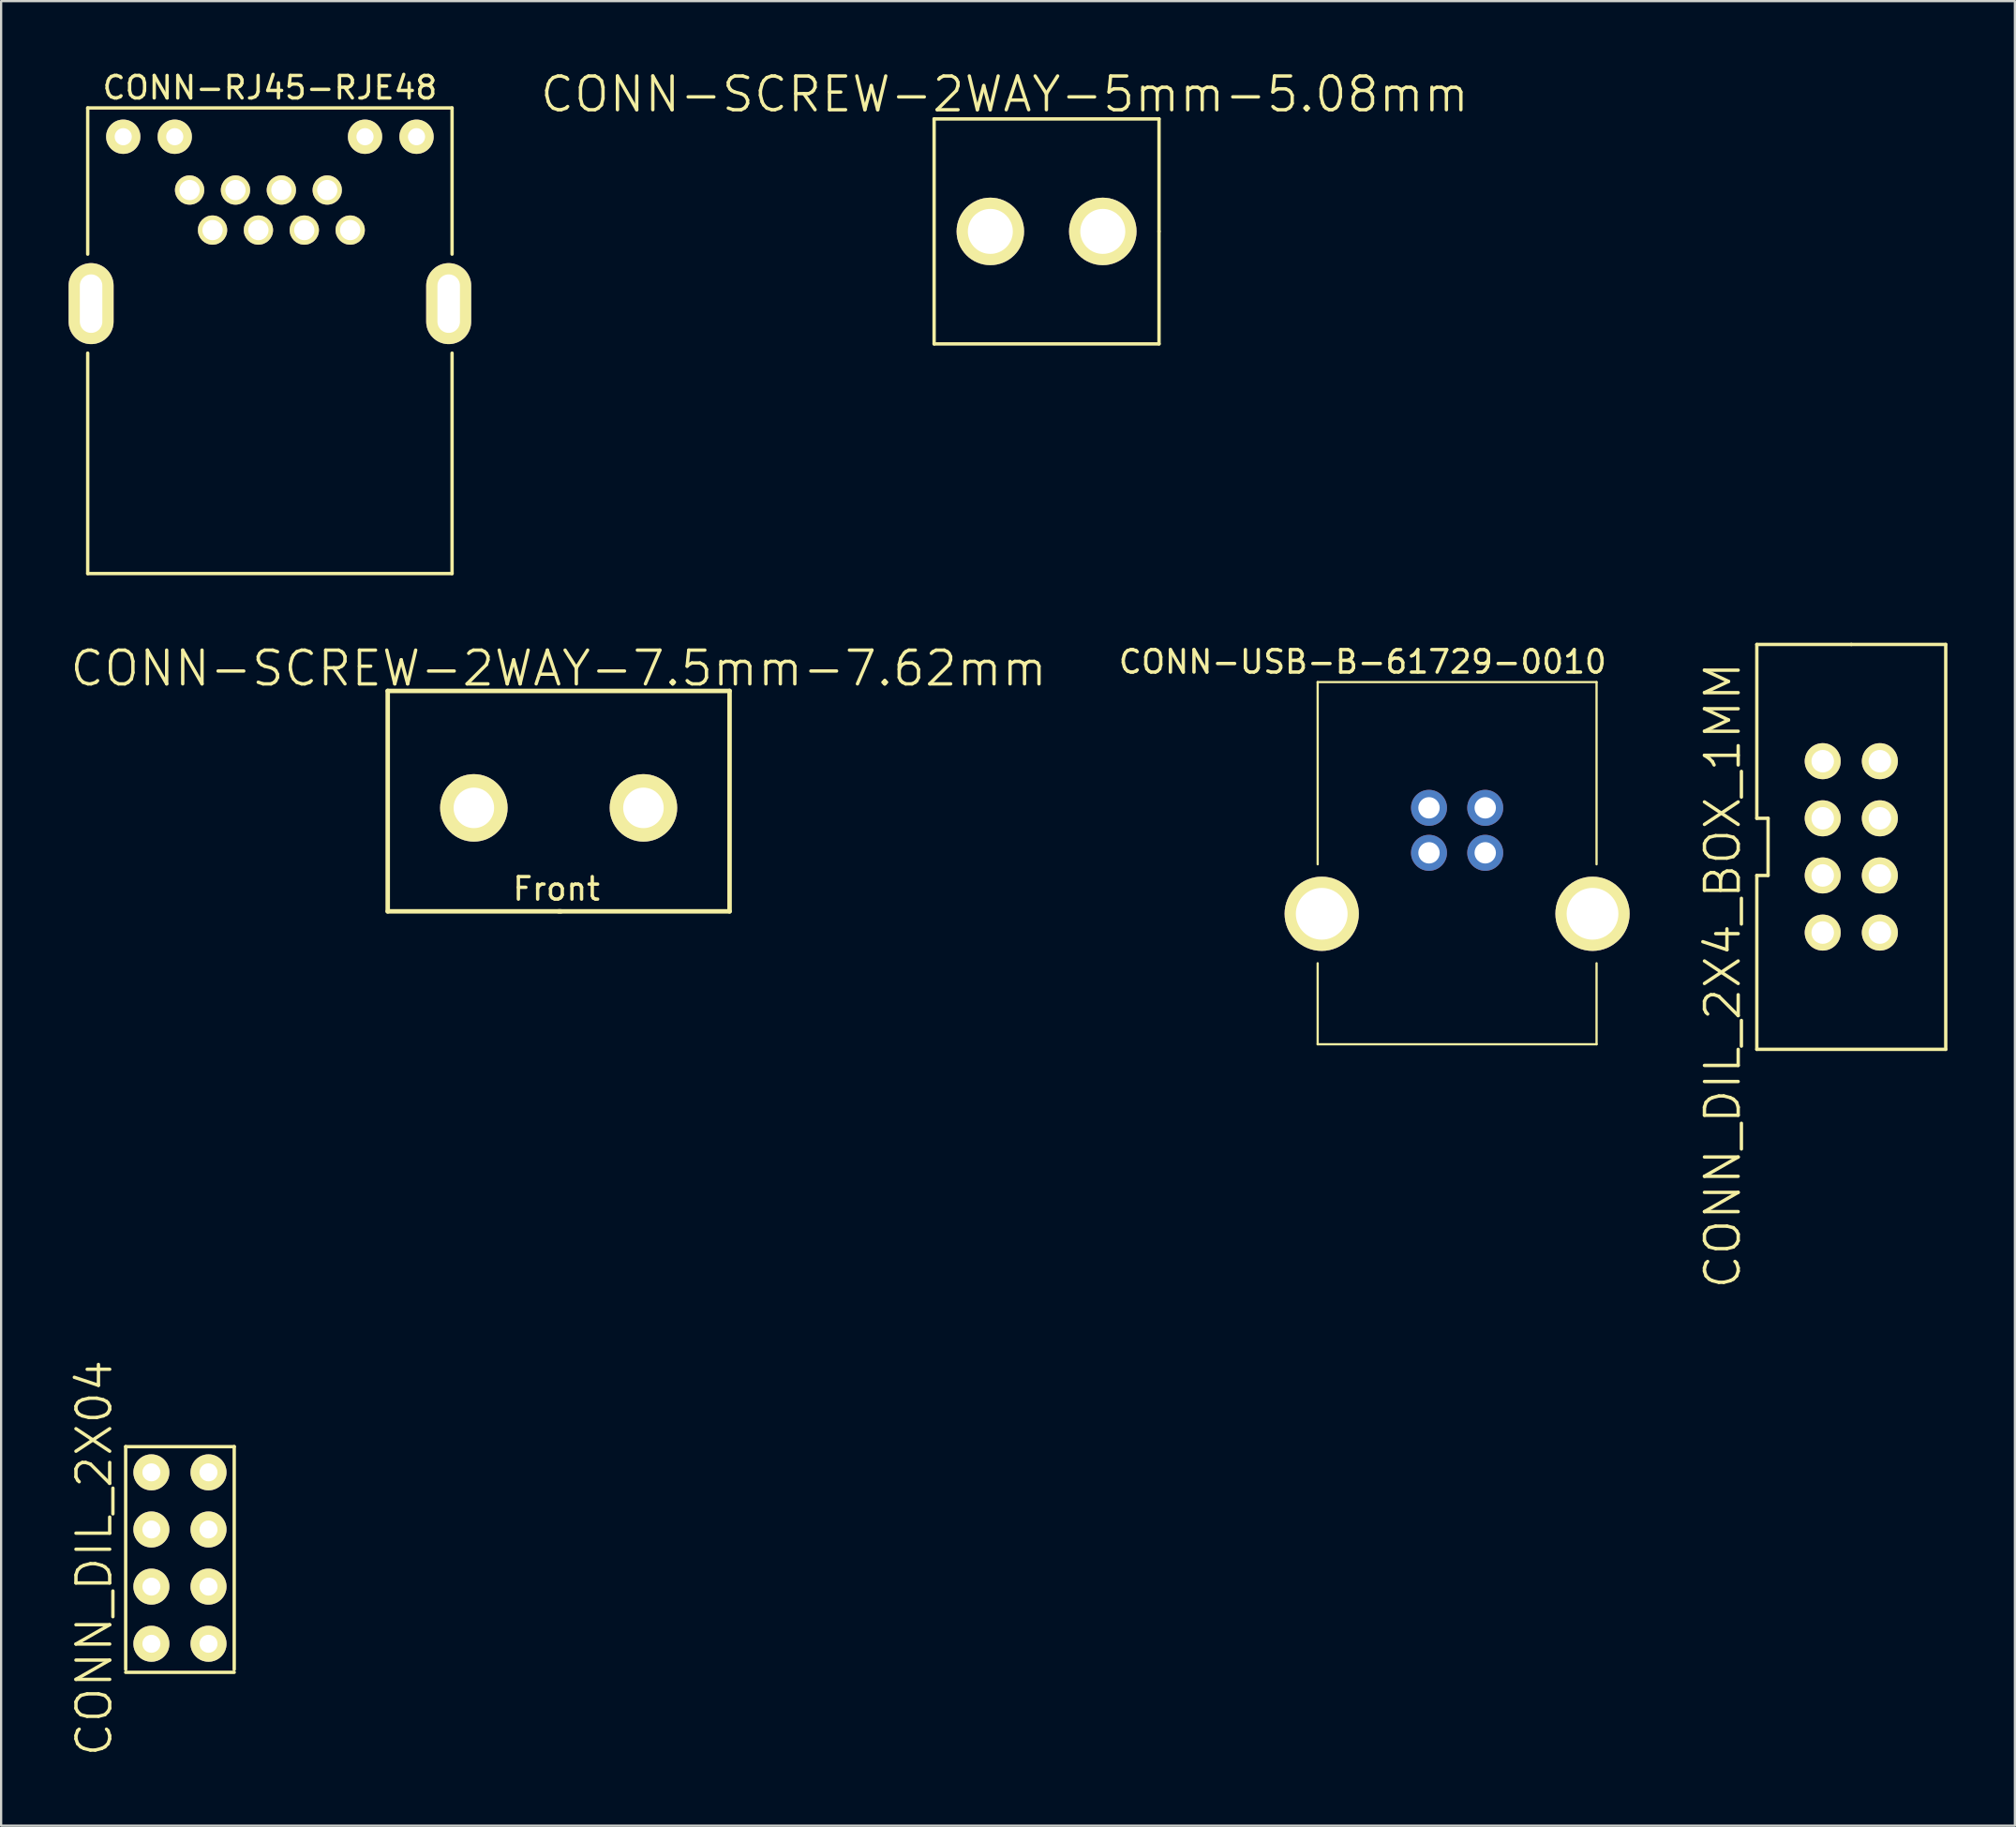
<source format=kicad_pcb>
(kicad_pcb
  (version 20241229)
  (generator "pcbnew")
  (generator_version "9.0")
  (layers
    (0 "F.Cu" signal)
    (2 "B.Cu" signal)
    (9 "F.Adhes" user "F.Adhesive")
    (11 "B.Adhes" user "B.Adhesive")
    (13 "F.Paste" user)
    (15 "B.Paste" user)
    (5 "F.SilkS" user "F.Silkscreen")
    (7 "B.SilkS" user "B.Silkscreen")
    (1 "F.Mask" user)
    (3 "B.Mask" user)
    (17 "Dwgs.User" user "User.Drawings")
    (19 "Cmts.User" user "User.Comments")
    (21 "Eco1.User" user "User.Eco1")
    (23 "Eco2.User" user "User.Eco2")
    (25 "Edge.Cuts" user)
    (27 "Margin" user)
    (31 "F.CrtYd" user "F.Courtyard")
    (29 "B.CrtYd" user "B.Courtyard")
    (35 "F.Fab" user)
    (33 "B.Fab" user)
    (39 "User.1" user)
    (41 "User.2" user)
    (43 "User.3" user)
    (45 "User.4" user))
  (footprint "CONN-RJ45-RJE48"
    (layer "F.Cu")
    (at 8.95 10.448)
    (property "Reference" "CONN-RJ45-RJE48" (at 0 -9.6 0) (layer "F.SilkS") (effects (font (size 1 1) (thickness 0.15))))
    (attr through_hole)
    (fp_line (start -8.1 -8.7) (end -8.1 -2.2) (stroke (width 0.15) (type solid)) (layer "F.SilkS"))
    (fp_line (start -8.1 12) (end -8.1 2.2) (stroke (width 0.15) (type solid)) (layer "F.SilkS"))
    (fp_line (start 8.1 -8.7) (end -8.1 -8.7) (stroke (width 0.15) (type solid)) (layer "F.SilkS"))
    (fp_line (start 8.1 -2.2) (end 8.1 -8.7) (stroke (width 0.15) (type solid)) (layer "F.SilkS"))
    (fp_line (start 8.1 2.2) (end 8.1 12) (stroke (width 0.15) (type solid)) (layer "F.SilkS"))
    (fp_line (start 8.1 12) (end -8.1 12) (stroke (width 0.15) (type solid)) (layer "F.SilkS"))
    (pad "1" thru_hole circle (at 3.57 -3.27) (size 1.3 1.3) (drill 0.9) (layers "*.Cu" "*.Mask" "F.SilkS"))
    (pad "2" thru_hole circle (at 2.55 -5.05) (size 1.3 1.3) (drill 0.9) (layers "*.Cu" "*.Mask" "F.SilkS"))
    (pad "3" thru_hole circle (at 1.53 -3.27) (size 1.3 1.3) (drill 0.9) (layers "*.Cu" "*.Mask" "F.SilkS"))
    (pad "4" thru_hole circle (at 0.51 -5.05) (size 1.3 1.3) (drill 0.9) (layers "*.Cu" "*.Mask" "F.SilkS"))
    (pad "5" thru_hole circle (at -0.51 -3.27) (size 1.3 1.3) (drill 0.9) (layers "*.Cu" "*.Mask" "F.SilkS"))
    (pad "6" thru_hole circle (at -1.53 -5.05) (size 1.3 1.3) (drill 0.9) (layers "*.Cu" "*.Mask" "F.SilkS"))
    (pad "7" thru_hole circle (at -2.55 -3.27) (size 1.3 1.3) (drill 0.9) (layers "*.Cu" "*.Mask" "F.SilkS"))
    (pad "8" thru_hole circle (at -3.57 -5.05) (size 1.3 1.3) (drill 0.9) (layers "*.Cu" "*.Mask" "F.SilkS"))
    (pad "9" thru_hole circle (at 6.52 -7.42) (size 1.524 1.524) (drill 0.762) (layers "*.Cu" "*.Mask" "F.SilkS"))
    (pad "10" thru_hole circle (at 4.23 -7.42) (size 1.524 1.524) (drill 0.762) (layers "*.Cu" "*.Mask" "F.SilkS"))
    (pad "11" thru_hole circle (at -4.23 -7.42) (size 1.524 1.524) (drill 0.762) (layers "*.Cu" "*.Mask" "F.SilkS"))
    (pad "12" thru_hole circle (at -6.52 -7.42) (size 1.524 1.524) (drill 0.762) (layers "*.Cu" "*.Mask" "F.SilkS"))
    (pad "13" thru_hole oval (at -7.95 0) (size 2 3.6) (drill oval 1 2.6) (layers "*.Cu" "*.Mask" "F.SilkS"))
    (pad "13" thru_hole oval (at 7.95 0) (size 2 3.6) (drill oval 1 2.6) (layers "*.Cu" "*.Mask" "F.SilkS")))
  (footprint "CONN-SCREW-2WAY-7.5mm-7.62mm"
    (layer "F.Cu")
    (at 21.789 32.864)
    (property "Reference" "CONN-SCREW-2WAY-7.5mm-7.62mm" (at 0 -6.2 0) (layer "F.SilkS") (effects (font (size 1.5 1.5) (thickness 0.15))))
    (attr through_hole)
    (fp_line (start -7.6 -5.2) (end -7.6 4.6) (stroke (width 0.2) (type solid)) (layer "F.SilkS"))
    (fp_line (start -7.6 4.6) (end 0.1 4.6) (stroke (width 0.2) (type solid)) (layer "F.SilkS"))
    (fp_line (start 0 4.6) (end 7.6 4.6) (stroke (width 0.2) (type solid)) (layer "F.SilkS"))
    (fp_line (start 7.6 -5.2) (end -7.6 -5.2) (stroke (width 0.2) (type solid)) (layer "F.SilkS"))
    (fp_line (start 7.6 4.6) (end 7.6 -5.2) (stroke (width 0.2) (type solid)) (layer "F.SilkS"))
    (fp_text user "Front" (at -0.1 3.6 0) (layer "F.SilkS") (effects (font (size 1 1) (thickness 0.15))))
    (pad "1" thru_hole circle (at -3.77 0) (size 3 3) (drill 1.8) (layers "*.Cu" "*.Mask" "F.SilkS"))
    (pad "2" thru_hole circle (at 3.77 0) (size 3 3) (drill 1.8) (layers "*.Cu" "*.Mask" "F.SilkS")))
  (footprint "CONN_DIL_2X4_BOX_1MM"
    (layer "F.Cu")
    (at 79.263 34.598)
    (property "Reference" "CONN_DIL_2X4_BOX_1MM" (at -5.715 5.715 90) (layer "F.SilkS") (effects (font (size 1.5 1.5) (thickness 0.15))))
    (attr through_hole)
    (fp_line (start -4.2 -9) (end -4.2 -1.27) (stroke (width 0.15) (type solid)) (layer "F.SilkS"))
    (fp_line (start -4.2 -1.27) (end -3.7 -1.27) (stroke (width 0.15) (type solid)) (layer "F.SilkS"))
    (fp_line (start -4.2 1.27) (end -4.2 9) (stroke (width 0.15) (type solid)) (layer "F.SilkS"))
    (fp_line (start -4.2 9) (end 4.2 9) (stroke (width 0.15) (type solid)) (layer "F.SilkS"))
    (fp_line (start -3.7 -1.27) (end -3.7 1.27) (stroke (width 0.15) (type solid)) (layer "F.SilkS"))
    (fp_line (start -3.7 1.27) (end -4.2 1.27) (stroke (width 0.15) (type solid)) (layer "F.SilkS"))
    (fp_line (start 0 -9) (end -4.2 -9) (stroke (width 0.15) (type solid)) (layer "F.SilkS"))
    (fp_line (start 4.2 -9) (end 0 -9) (stroke (width 0.15) (type solid)) (layer "F.SilkS"))
    (fp_line (start 4.2 -9) (end 4.2 9) (stroke (width 0.15) (type solid)) (layer "F.SilkS"))
    (pad "1" thru_hole circle (at -1.27 -3.81) (size 1.6 1.6) (drill 1) (layers "*.Cu" "*.Mask" "F.SilkS"))
    (pad "2" thru_hole circle (at 1.27 -3.81) (size 1.6 1.6) (drill 1) (layers "*.Cu" "*.Mask" "F.SilkS"))
    (pad "3" thru_hole circle (at -1.27 -1.27) (size 1.6 1.6) (drill 1) (layers "*.Cu" "*.Mask" "F.SilkS"))
    (pad "4" thru_hole circle (at 1.27 -1.27) (size 1.6 1.6) (drill 1) (layers "*.Cu" "*.Mask" "F.SilkS"))
    (pad "5" thru_hole circle (at -1.27 1.27) (size 1.6 1.6) (drill 1) (layers "*.Cu" "*.Mask" "F.SilkS"))
    (pad "6" thru_hole circle (at 1.27 1.27) (size 1.6 1.6) (drill 1) (layers "*.Cu" "*.Mask" "F.SilkS"))
    (pad "7" thru_hole circle (at -1.27 3.81) (size 1.6 1.6) (drill 1) (layers "*.Cu" "*.Mask" "F.SilkS"))
    (pad "8" thru_hole circle (at 1.27 3.81) (size 1.6 1.6) (drill 1) (layers "*.Cu" "*.Mask" "F.SilkS")))
  (footprint "CONN-USB-B-61729-0010"
    (layer "F.Cu")
    (at 61.737 37.572)
    (property "Reference" "CONN-USB-B-61729-0010" (at -4.2 -11.2 0) (layer "F.SilkS") (effects (font (size 1 1) (thickness 0.15))))
    (attr through_hole)
    (fp_line (start -6.2 -10.3) (end -6.2 -2.2) (stroke (width 0.1) (type solid)) (layer "F.SilkS"))
    (fp_line (start -6.2 2.2) (end -6.2 5.8) (stroke (width 0.1) (type solid)) (layer "F.SilkS"))
    (fp_line (start -6.2 5.8) (end 6.2 5.8) (stroke (width 0.1) (type solid)) (layer "F.SilkS"))
    (fp_line (start 6.2 -10.3) (end -6.2 -10.3) (stroke (width 0.1) (type solid)) (layer "F.SilkS"))
    (fp_line (start 6.2 -2.2) (end 6.2 -10.3) (stroke (width 0.1) (type solid)) (layer "F.SilkS"))
    (fp_line (start 6.2 5.8) (end 6.2 2.2) (stroke (width 0.1) (type solid)) (layer "F.SilkS"))
    (pad "1" thru_hole circle (at 1.25 -4.71) (size 1.6 1.6) (drill 0.95) (layers "*.Cu" "*.Mask"))
    (pad "2" thru_hole circle (at -1.25 -4.71) (size 1.6 1.6) (drill 0.95) (layers "*.Cu" "*.Mask"))
    (pad "3" thru_hole circle (at -1.25 -2.71) (size 1.6 1.6) (drill 0.95) (layers "*.Cu" "*.Mask"))
    (pad "4" thru_hole circle (at 1.25 -2.71) (size 1.6 1.6) (drill 0.95) (layers "*.Cu" "*.Mask"))
    (pad "5" thru_hole circle (at -6.02 0) (size 3.3 3.3) (drill 2.3) (layers "*.Cu" "*.Mask" "F.SilkS"))
    (pad "5" thru_hole circle (at 6.02 0) (size 3.3 3.3) (drill 2.3) (layers "*.Cu" "*.Mask" "F.SilkS")))
  (footprint "CONN-SCREW-2WAY-5mm-5.08mm"
    (layer "F.Cu")
    (at 40.983 7.237)
    (property "Reference" "CONN-SCREW-2WAY-5mm-5.08mm" (at 0.635 -6.096 0) (layer "F.SilkS") (effects (font (size 1.5 1.5) (thickness 0.15))))
    (attr through_hole)
    (fp_line (start -2.5 -5) (end -2.5 5) (stroke (width 0.15) (type solid)) (layer "F.SilkS"))
    (fp_line (start -2.5 5) (end 7.5 5) (stroke (width 0.15) (type solid)) (layer "F.SilkS"))
    (fp_line (start 7.5 -5) (end -2.5 -5) (stroke (width 0.15) (type solid)) (layer "F.SilkS"))
    (fp_line (start 7.5 0) (end 7.5 -5) (stroke (width 0.15) (type solid)) (layer "F.SilkS"))
    (fp_line (start 7.5 5) (end 7.5 0) (stroke (width 0.15) (type solid)) (layer "F.SilkS"))
    (pad "1" thru_hole circle (at 0 0) (size 3 3) (drill 2) (layers "*.Cu" "*.Mask" "F.SilkS"))
    (pad "2" thru_hole circle (at 5 0) (size 3 3) (drill 2) (layers "*.Cu" "*.Mask" "F.SilkS")))
  (footprint "CONN_DIL_2X04"
    (layer "F.Cu")
    (at 4.951 66.213)
    (property "Reference" "CONN_DIL_2X04" (at -3.81 0 90) (layer "F.SilkS") (effects (font (size 1.5 1.5) (thickness 0.15))))
    (attr through_hole)
    (fp_line (start -2.413 -4.953) (end -2.413 4.953) (stroke (width 0.15) (type solid)) (layer "F.SilkS"))
    (fp_line (start -2.413 -4.953) (end 2.413 -4.953) (stroke (width 0.15) (type solid)) (layer "F.SilkS"))
    (fp_line (start 2.413 4.953) (end 2.413 -4.953) (stroke (width 0.15) (type solid)) (layer "F.SilkS"))
    (fp_line (start 2.413 5.08) (end -2.413 5.08) (stroke (width 0.15) (type solid)) (layer "F.SilkS"))
    (pad "1" thru_hole circle (at -1.27 -3.81) (size 1.6 1.6) (drill 0.8) (layers "*.Cu" "*.Mask" "F.SilkS"))
    (pad "2" thru_hole circle (at 1.27 -3.81) (size 1.6 1.6) (drill 0.8) (layers "*.Cu" "*.Mask" "F.SilkS"))
    (pad "3" thru_hole circle (at -1.27 -1.27) (size 1.6 1.6) (drill 0.8) (layers "*.Cu" "*.Mask" "F.SilkS"))
    (pad "4" thru_hole circle (at 1.27 -1.27) (size 1.6 1.6) (drill 0.8) (layers "*.Cu" "*.Mask" "F.SilkS"))
    (pad "5" thru_hole circle (at -1.27 1.27) (size 1.6 1.6) (drill 0.8) (layers "*.Cu" "*.Mask" "F.SilkS"))
    (pad "6" thru_hole circle (at 1.27 1.27) (size 1.6 1.6) (drill 0.8) (layers "*.Cu" "*.Mask" "F.SilkS"))
    (pad "7" thru_hole circle (at -1.27 3.81) (size 1.6 1.6) (drill 0.8) (layers "*.Cu" "*.Mask" "F.SilkS"))
    (pad "8" thru_hole circle (at 1.27 3.81) (size 1.6 1.6) (drill 0.8) (layers "*.Cu" "*.Mask" "F.SilkS")))
  (gr_rect
    (start -3 -3)
    (end 86.538 78.11)
    (stroke (width 0.1) (type default))
    (fill no)
    (layer "Edge.Cuts")))
</source>
